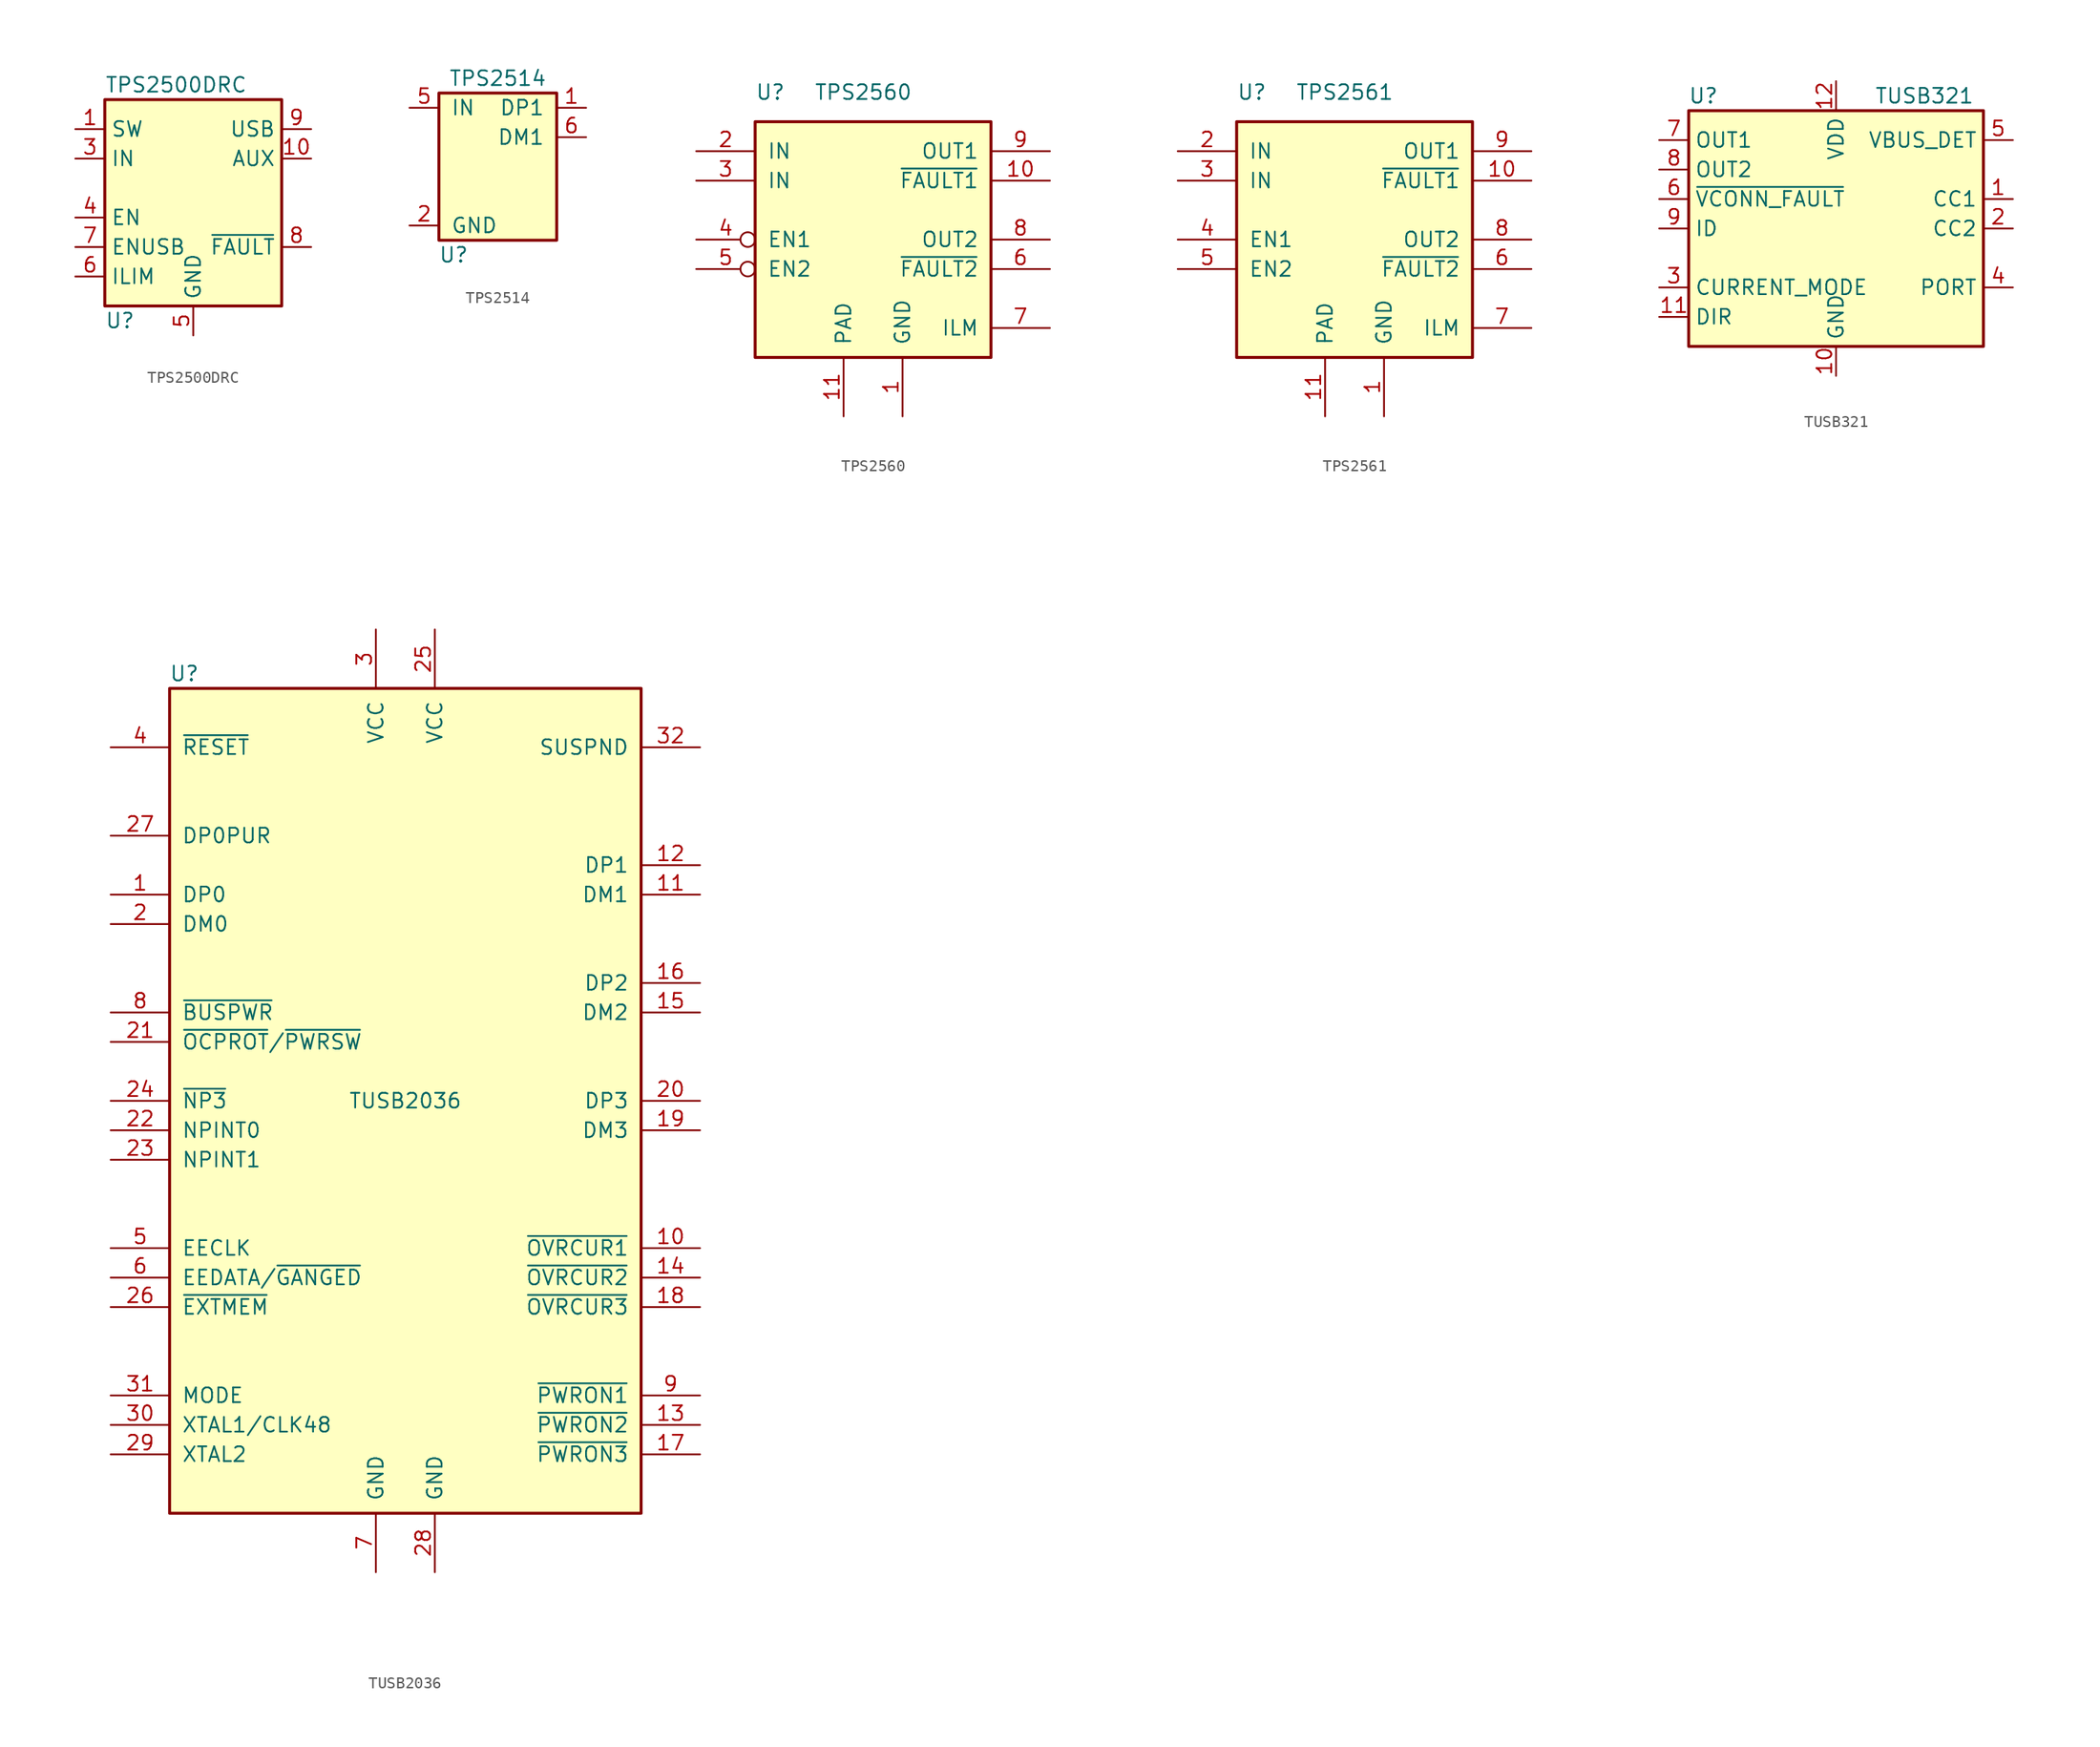
<source format=kicad_sym>
(kicad_symbol_lib
  (version 20220914)
  (generator kicad_symbol_editor)
  (symbol "TPS2500DRC"
    (property "Reference" "U"
      (at -7.62 -11.43 0)
      (effects (font (size 1.27 1.27)) (justify left)))
    (property "Value" "TPS2500DRC"
      (at -7.62 8.89 0)
      (effects (font (size 1.27 1.27)) (justify left)))
    (symbol "TPS2500DRC_0_1"
      (rectangle (start -7.62 7.62) (end 7.62 -10.16) (stroke (width 0.254) (type default)) (fill (type background))))
    (symbol "TPS2500DRC_1_1"
      (pin power_in line (at -10.16 5.08 0) (length 2.54) (name "SW" (effects (font (size 1.27 1.27)))) (number "1" (effects (font (size 1.27 1.27)))))
      (pin power_out line (at 10.16 2.54 180) (length 2.54) (name "AUX" (effects (font (size 1.27 1.27)))) (number "10" (effects (font (size 1.27 1.27)))))
      (pin passive line (at 0 -12.7 90) (length 2.54) hide (name "GND" (effects (font (size 1.27 1.27)))) (number "11" (effects (font (size 1.27 1.27)))))
      (pin passive line (at 0 -12.7 90) (length 2.54) hide (name "GND" (effects (font (size 1.27 1.27)))) (number "2" (effects (font (size 1.27 1.27)))))
      (pin power_in line (at -10.16 2.54 0) (length 2.54) (name "IN" (effects (font (size 1.27 1.27)))) (number "3" (effects (font (size 1.27 1.27)))))
      (pin input line (at -10.16 -2.54 0) (length 2.54) (name "EN" (effects (font (size 1.27 1.27)))) (number "4" (effects (font (size 1.27 1.27)))))
      (pin power_in line (at 0 -12.7 90) (length 2.54) (name "GND" (effects (font (size 1.27 1.27)))) (number "5" (effects (font (size 1.27 1.27)))))
      (pin passive line (at -10.16 -7.62 0) (length 2.54) (name "ILIM" (effects (font (size 1.27 1.27)))) (number "6" (effects (font (size 1.27 1.27)))))
      (pin input line (at -10.16 -5.08 0) (length 2.54) (name "ENUSB" (effects (font (size 1.27 1.27)))) (number "7" (effects (font (size 1.27 1.27)))))
      (pin open_collector line (at 10.16 -5.08 180) (length 2.54) (name "~{FAULT}" (effects (font (size 1.27 1.27)))) (number "8" (effects (font (size 1.27 1.27)))))
      (pin power_out line (at 10.16 5.08 180) (length 2.54) (name "USB" (effects (font (size 1.27 1.27)))) (number "9" (effects (font (size 1.27 1.27)))))))
  (symbol "TPS2514"
    (pin_names
      (offset 1.016))
    (property "Reference" "U"
      (at -3.81 -7.62 0)
      (effects (font (size 1.27 1.27))))
    (property "Value" "TPS2514"
      (at 0 7.62 0)
      (effects (font (size 1.27 1.27))))
    (symbol "TPS2514_0_1"
      (rectangle (start -5.08 6.35) (end 5.08 -6.35) (stroke (width 0.254) (type default)) (fill (type background))))
    (symbol "TPS2514_1_1"
      (pin input line (at 7.62 5.08 180) (length 2.54) (name "DP1" (effects (font (size 1.27 1.27)))) (number "1" (effects (font (size 1.27 1.27)))))
      (pin power_in line (at -7.62 -5.08 0) (length 2.54) (name "GND" (effects (font (size 1.27 1.27)))) (number "2" (effects (font (size 1.27 1.27)))))
      (pin no_connect line (at 5.08 -2.54 180) (length 2.54) hide (name "NC" (effects (font (size 1.27 1.27)))) (number "3" (effects (font (size 1.27 1.27)))))
      (pin no_connect line (at 5.08 -5.08 180) (length 2.54) hide (name "NC" (effects (font (size 1.27 1.27)))) (number "4" (effects (font (size 1.27 1.27)))))
      (pin power_in line (at -7.62 5.08 0) (length 2.54) (name "IN" (effects (font (size 1.27 1.27)))) (number "5" (effects (font (size 1.27 1.27)))))
      (pin input line (at 7.62 2.54 180) (length 2.54) (name "DM1" (effects (font (size 1.27 1.27)))) (number "6" (effects (font (size 1.27 1.27)))))))
  (symbol "TPS2560"
    (pin_names
      (offset 1.016))
    (property "Reference" "U"
      (at -10.16 12.7 0)
      (effects (font (size 1.27 1.27)) (justify left)))
    (property "Value" "TPS2560"
      (at -5.08 12.7 0)
      (effects (font (size 1.27 1.27)) (justify left)))
    (symbol "TPS2560_0_1"
      (rectangle (start -10.16 10.16) (end 10.16 -10.16) (stroke (width 0.254) (type default)) (fill (type background))))
    (symbol "TPS2560_1_1"
      (pin power_in line (at 2.54 -15.24 90) (length 5.08) (name "GND" (effects (font (size 1.27 1.27)))) (number "1" (effects (font (size 1.27 1.27)))))
      (pin output line (at 15.24 5.08 180) (length 5.08) (name "~{FAULT1}" (effects (font (size 1.27 1.27)))) (number "10" (effects (font (size 1.27 1.27)))))
      (pin power_in line (at -2.54 -15.24 90) (length 5.08) (name "PAD" (effects (font (size 1.27 1.27)))) (number "11" (effects (font (size 1.27 1.27)))))
      (pin power_in line (at -15.24 7.62 0) (length 5.08) (name "IN" (effects (font (size 1.27 1.27)))) (number "2" (effects (font (size 1.27 1.27)))))
      (pin power_in line (at -15.24 5.08 0) (length 5.08) (name "IN" (effects (font (size 1.27 1.27)))) (number "3" (effects (font (size 1.27 1.27)))))
      (pin input inverted (at -15.24 0 0) (length 5.08) (name "EN1" (effects (font (size 1.27 1.27)))) (number "4" (effects (font (size 1.27 1.27)))))
      (pin input inverted (at -15.24 -2.54 0) (length 5.08) (name "EN2" (effects (font (size 1.27 1.27)))) (number "5" (effects (font (size 1.27 1.27)))))
      (pin output line (at 15.24 -2.54 180) (length 5.08) (name "~{FAULT2}" (effects (font (size 1.27 1.27)))) (number "6" (effects (font (size 1.27 1.27)))))
      (pin output line (at 15.24 -7.62 180) (length 5.08) (name "ILM" (effects (font (size 1.27 1.27)))) (number "7" (effects (font (size 1.27 1.27)))))
      (pin output line (at 15.24 0 180) (length 5.08) (name "OUT2" (effects (font (size 1.27 1.27)))) (number "8" (effects (font (size 1.27 1.27)))))
      (pin output line (at 15.24 7.62 180) (length 5.08) (name "OUT1" (effects (font (size 1.27 1.27)))) (number "9" (effects (font (size 1.27 1.27)))))))
  (symbol "TPS2561"
    (pin_names
      (offset 1.016))
    (property "Reference" "U"
      (at -10.16 12.7 0)
      (effects (font (size 1.27 1.27)) (justify left)))
    (property "Value" "TPS2561"
      (at -5.08 12.7 0)
      (effects (font (size 1.27 1.27)) (justify left)))
    (symbol "TPS2561_0_1"
      (rectangle (start -10.16 10.16) (end 10.16 -10.16) (stroke (width 0.254) (type default)) (fill (type background))))
    (symbol "TPS2561_1_1"
      (pin power_in line (at 2.54 -15.24 90) (length 5.08) (name "GND" (effects (font (size 1.27 1.27)))) (number "1" (effects (font (size 1.27 1.27)))))
      (pin output line (at 15.24 5.08 180) (length 5.08) (name "~{FAULT1}" (effects (font (size 1.27 1.27)))) (number "10" (effects (font (size 1.27 1.27)))))
      (pin power_in line (at -2.54 -15.24 90) (length 5.08) (name "PAD" (effects (font (size 1.27 1.27)))) (number "11" (effects (font (size 1.27 1.27)))))
      (pin power_in line (at -15.24 7.62 0) (length 5.08) (name "IN" (effects (font (size 1.27 1.27)))) (number "2" (effects (font (size 1.27 1.27)))))
      (pin power_in line (at -15.24 5.08 0) (length 5.08) (name "IN" (effects (font (size 1.27 1.27)))) (number "3" (effects (font (size 1.27 1.27)))))
      (pin input line (at -15.24 0 0) (length 5.08) (name "EN1" (effects (font (size 1.27 1.27)))) (number "4" (effects (font (size 1.27 1.27)))))
      (pin input line (at -15.24 -2.54 0) (length 5.08) (name "EN2" (effects (font (size 1.27 1.27)))) (number "5" (effects (font (size 1.27 1.27)))))
      (pin output line (at 15.24 -2.54 180) (length 5.08) (name "~{FAULT2}" (effects (font (size 1.27 1.27)))) (number "6" (effects (font (size 1.27 1.27)))))
      (pin output line (at 15.24 -7.62 180) (length 5.08) (name "ILM" (effects (font (size 1.27 1.27)))) (number "7" (effects (font (size 1.27 1.27)))))
      (pin output line (at 15.24 0 180) (length 5.08) (name "OUT2" (effects (font (size 1.27 1.27)))) (number "8" (effects (font (size 1.27 1.27)))))
      (pin output line (at 15.24 7.62 180) (length 5.08) (name "OUT1" (effects (font (size 1.27 1.27)))) (number "9" (effects (font (size 1.27 1.27)))))))
  (symbol "TUSB321"
    (property "Reference" "U"
      (at -11.43 11.43 0)
      (effects (font (size 1.27 1.27))))
    (property "Value" "TUSB321"
      (at 7.62 11.43 0)
      (effects (font (size 1.27 1.27))))
    (symbol "TUSB321_1_1"
      (rectangle (start -12.7 10.16) (end 12.7 -10.16) (stroke (width 0.254) (type default)) (fill (type background)))
      (pin bidirectional line (at 15.24 2.54 180) (length 2.54) (name "CC1" (effects (font (size 1.27 1.27)))) (number "1" (effects (font (size 1.27 1.27)))))
      (pin power_in line (at 0 -12.7 90) (length 2.54) (name "GND" (effects (font (size 1.27 1.27)))) (number "10" (effects (font (size 1.27 1.27)))))
      (pin open_collector line (at -15.24 -7.62 0) (length 2.54) (name "DIR" (effects (font (size 1.27 1.27)))) (number "11" (effects (font (size 1.27 1.27)))))
      (pin power_in line (at 0 12.7 270) (length 2.54) (name "VDD" (effects (font (size 1.27 1.27)))) (number "12" (effects (font (size 1.27 1.27)))))
      (pin bidirectional line (at 15.24 0 180) (length 2.54) (name "CC2" (effects (font (size 1.27 1.27)))) (number "2" (effects (font (size 1.27 1.27)))))
      (pin input line (at -15.24 -5.08 0) (length 2.54) (name "CURRENT_MODE" (effects (font (size 1.27 1.27)))) (number "3" (effects (font (size 1.27 1.27)))))
      (pin input line (at 15.24 -5.08 180) (length 2.54) (name "PORT" (effects (font (size 1.27 1.27)))) (number "4" (effects (font (size 1.27 1.27)))))
      (pin input line (at 15.24 7.62 180) (length 2.54) (name "VBUS_DET" (effects (font (size 1.27 1.27)))) (number "5" (effects (font (size 1.27 1.27)))))
      (pin open_collector line (at -15.24 2.54 0) (length 2.54) (name "~{VCONN_FAULT}" (effects (font (size 1.27 1.27)))) (number "6" (effects (font (size 1.27 1.27)))))
      (pin open_collector line (at -15.24 7.62 0) (length 2.54) (name "OUT1" (effects (font (size 1.27 1.27)))) (number "7" (effects (font (size 1.27 1.27)))))
      (pin open_collector line (at -15.24 5.08 0) (length 2.54) (name "OUT2" (effects (font (size 1.27 1.27)))) (number "8" (effects (font (size 1.27 1.27)))))
      (pin open_collector line (at -15.24 0 0) (length 2.54) (name "ID" (effects (font (size 1.27 1.27)))) (number "9" (effects (font (size 1.27 1.27)))))))
  (symbol "TUSB2036"
    (pin_names
      (offset 1.016))
    (property "Reference" "U"
      (at -19.05 36.83 0)
      (effects (font (size 1.27 1.27))))
    (property "Value" "TUSB2036"
      (at 0 0 0)
      (effects (font (size 1.27 1.27))))
    (symbol "TUSB2036_0_1"
      (rectangle (start -20.32 35.56) (end 20.32 -35.56) (stroke (width 0.254) (type default)) (fill (type background))))
    (symbol "TUSB2036_1_1"
      (pin bidirectional line (at -25.4 17.78 0) (length 5.08) (name "DP0" (effects (font (size 1.27 1.27)))) (number "1" (effects (font (size 1.27 1.27)))))
      (pin input line (at 25.4 -12.7 180) (length 5.08) (name "~{OVRCUR1}" (effects (font (size 1.27 1.27)))) (number "10" (effects (font (size 1.27 1.27)))))
      (pin bidirectional line (at 25.4 17.78 180) (length 5.08) (name "DM1" (effects (font (size 1.27 1.27)))) (number "11" (effects (font (size 1.27 1.27)))))
      (pin bidirectional line (at 25.4 20.32 180) (length 5.08) (name "DP1" (effects (font (size 1.27 1.27)))) (number "12" (effects (font (size 1.27 1.27)))))
      (pin output line (at 25.4 -27.94 180) (length 5.08) (name "~{PWRON2}" (effects (font (size 1.27 1.27)))) (number "13" (effects (font (size 1.27 1.27)))))
      (pin input line (at 25.4 -15.24 180) (length 5.08) (name "~{OVRCUR2}" (effects (font (size 1.27 1.27)))) (number "14" (effects (font (size 1.27 1.27)))))
      (pin bidirectional line (at 25.4 7.62 180) (length 5.08) (name "DM2" (effects (font (size 1.27 1.27)))) (number "15" (effects (font (size 1.27 1.27)))))
      (pin bidirectional line (at 25.4 10.16 180) (length 5.08) (name "DP2" (effects (font (size 1.27 1.27)))) (number "16" (effects (font (size 1.27 1.27)))))
      (pin output line (at 25.4 -30.48 180) (length 5.08) (name "~{PWRON3}" (effects (font (size 1.27 1.27)))) (number "17" (effects (font (size 1.27 1.27)))))
      (pin input line (at 25.4 -17.78 180) (length 5.08) (name "~{OVRCUR3}" (effects (font (size 1.27 1.27)))) (number "18" (effects (font (size 1.27 1.27)))))
      (pin bidirectional line (at 25.4 -2.54 180) (length 5.08) (name "DM3" (effects (font (size 1.27 1.27)))) (number "19" (effects (font (size 1.27 1.27)))))
      (pin bidirectional line (at -25.4 15.24 0) (length 5.08) (name "DM0" (effects (font (size 1.27 1.27)))) (number "2" (effects (font (size 1.27 1.27)))))
      (pin bidirectional line (at 25.4 0 180) (length 5.08) (name "DP3" (effects (font (size 1.27 1.27)))) (number "20" (effects (font (size 1.27 1.27)))))
      (pin input line (at -25.4 5.08 0) (length 5.08) (name "~{OCPROT}/~{PWRSW}" (effects (font (size 1.27 1.27)))) (number "21" (effects (font (size 1.27 1.27)))))
      (pin input line (at -25.4 -2.54 0) (length 5.08) (name "NPINT0" (effects (font (size 1.27 1.27)))) (number "22" (effects (font (size 1.27 1.27)))))
      (pin input line (at -25.4 -5.08 0) (length 5.08) (name "NPINT1" (effects (font (size 1.27 1.27)))) (number "23" (effects (font (size 1.27 1.27)))))
      (pin input line (at -25.4 0 0) (length 5.08) (name "~{NP3}" (effects (font (size 1.27 1.27)))) (number "24" (effects (font (size 1.27 1.27)))))
      (pin power_in line (at 2.54 40.64 270) (length 5.08) (name "VCC" (effects (font (size 1.27 1.27)))) (number "25" (effects (font (size 1.27 1.27)))))
      (pin input line (at -25.4 -17.78 0) (length 5.08) (name "~{EXTMEM}" (effects (font (size 1.27 1.27)))) (number "26" (effects (font (size 1.27 1.27)))))
      (pin output line (at -25.4 22.86 0) (length 5.08) (name "DP0PUR" (effects (font (size 1.27 1.27)))) (number "27" (effects (font (size 1.27 1.27)))))
      (pin power_in line (at 2.54 -40.64 90) (length 5.08) (name "GND" (effects (font (size 1.27 1.27)))) (number "28" (effects (font (size 1.27 1.27)))))
      (pin output line (at -25.4 -30.48 0) (length 5.08) (name "XTAL2" (effects (font (size 1.27 1.27)))) (number "29" (effects (font (size 1.27 1.27)))))
      (pin power_in line (at -2.54 40.64 270) (length 5.08) (name "VCC" (effects (font (size 1.27 1.27)))) (number "3" (effects (font (size 1.27 1.27)))))
      (pin input line (at -25.4 -27.94 0) (length 5.08) (name "XTAL1/CLK48" (effects (font (size 1.27 1.27)))) (number "30" (effects (font (size 1.27 1.27)))))
      (pin input line (at -25.4 -25.4 0) (length 5.08) (name "MODE" (effects (font (size 1.27 1.27)))) (number "31" (effects (font (size 1.27 1.27)))))
      (pin output line (at 25.4 30.48 180) (length 5.08) (name "SUSPND" (effects (font (size 1.27 1.27)))) (number "32" (effects (font (size 1.27 1.27)))))
      (pin input line (at -25.4 30.48 0) (length 5.08) (name "~{RESET}" (effects (font (size 1.27 1.27)))) (number "4" (effects (font (size 1.27 1.27)))))
      (pin tri_state line (at -25.4 -12.7 0) (length 5.08) (name "EECLK" (effects (font (size 1.27 1.27)))) (number "5" (effects (font (size 1.27 1.27)))))
      (pin bidirectional line (at -25.4 -15.24 0) (length 5.08) (name "EEDATA/~{GANGED}" (effects (font (size 1.27 1.27)))) (number "6" (effects (font (size 1.27 1.27)))))
      (pin power_in line (at -2.54 -40.64 90) (length 5.08) (name "GND" (effects (font (size 1.27 1.27)))) (number "7" (effects (font (size 1.27 1.27)))))
      (pin input line (at -25.4 7.62 0) (length 5.08) (name "~{BUSPWR}" (effects (font (size 1.27 1.27)))) (number "8" (effects (font (size 1.27 1.27)))))
      (pin output line (at 25.4 -25.4 180) (length 5.08) (name "~{PWRON1}" (effects (font (size 1.27 1.27)))) (number "9" (effects (font (size 1.27 1.27))))))))
</source>
